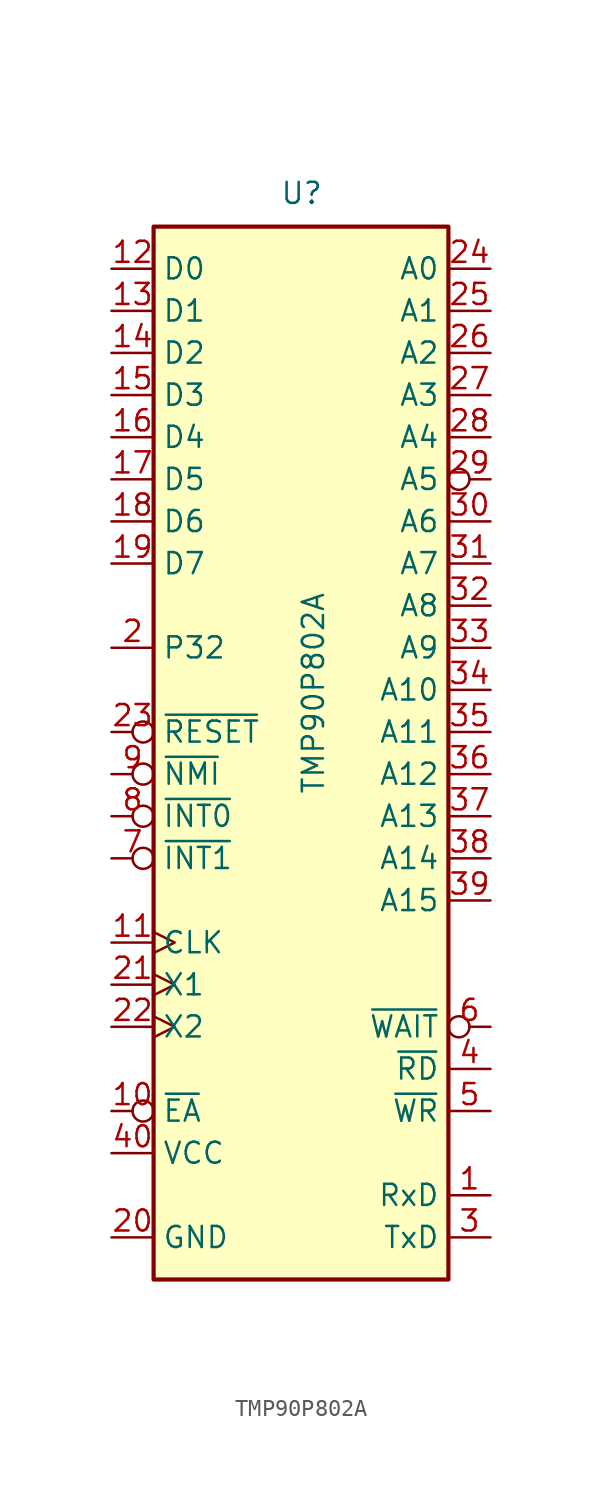
<source format=kicad_sym>
(kicad_symbol_lib
  (version 20211014)
  (generator kicad_symbol_editor)
  (symbol "TMP90P802A"
    (property "Reference" "U"
      (at -1.27 31.75 0)
      (effects (font (size 1.27 1.27)) (justify left bottom)))
    (property "Value" "TMP90P802A"
      (at 0 -3.81 90)
      (effects (font (size 1.27 1.27)) (justify left top)))
    (symbol "TMP90P802A_0_1"
      (rectangle (start -8.89 -33.02) (end 8.89 30.48) (stroke (width 0.254) (type default) (color 0 0 0 0)) (fill (type background))))
    (symbol "TMP90P802A_1_1"
      (pin input line (at 11.43 -27.94 180) (length 2.54) (name "RxD" (effects (font (size 1.27 1.27)))) (number "1" (effects (font (size 1.27 1.27)))))
      (pin input inverted (at -11.43 -22.86 0) (length 2.54) (name "~{EA}" (effects (font (size 1.27 1.27)))) (number "10" (effects (font (size 1.27 1.27)))))
      (pin output clock (at -11.43 -12.7 0) (length 2.54) (name "CLK" (effects (font (size 1.27 1.27)))) (number "11" (effects (font (size 1.27 1.27)))))
      (pin bidirectional line (at -11.43 27.94 0) (length 2.54) (name "D0" (effects (font (size 1.27 1.27)))) (number "12" (effects (font (size 1.27 1.27)))))
      (pin bidirectional line (at -11.43 25.4 0) (length 2.54) (name "D1" (effects (font (size 1.27 1.27)))) (number "13" (effects (font (size 1.27 1.27)))))
      (pin bidirectional line (at -11.43 22.86 0) (length 2.54) (name "D2" (effects (font (size 1.27 1.27)))) (number "14" (effects (font (size 1.27 1.27)))))
      (pin bidirectional line (at -11.43 20.32 0) (length 2.54) (name "D3" (effects (font (size 1.27 1.27)))) (number "15" (effects (font (size 1.27 1.27)))))
      (pin bidirectional line (at -11.43 17.78 0) (length 2.54) (name "D4" (effects (font (size 1.27 1.27)))) (number "16" (effects (font (size 1.27 1.27)))))
      (pin bidirectional line (at -11.43 15.24 0) (length 2.54) (name "D5" (effects (font (size 1.27 1.27)))) (number "17" (effects (font (size 1.27 1.27)))))
      (pin bidirectional line (at -11.43 12.7 0) (length 2.54) (name "D6" (effects (font (size 1.27 1.27)))) (number "18" (effects (font (size 1.27 1.27)))))
      (pin bidirectional line (at -11.43 10.16 0) (length 2.54) (name "D7" (effects (font (size 1.27 1.27)))) (number "19" (effects (font (size 1.27 1.27)))))
      (pin bidirectional line (at -11.43 5.08 0) (length 2.54) (name "P32" (effects (font (size 1.27 1.27)))) (number "2" (effects (font (size 1.27 1.27)))))
      (pin power_in line (at -11.43 -30.48 0) (length 2.54) (name "GND" (effects (font (size 1.27 1.27)))) (number "20" (effects (font (size 1.27 1.27)))))
      (pin input clock (at -11.43 -15.24 0) (length 2.54) (name "X1" (effects (font (size 1.27 1.27)))) (number "21" (effects (font (size 1.27 1.27)))))
      (pin passive clock (at -11.43 -17.78 0) (length 2.54) (name "X2" (effects (font (size 1.27 1.27)))) (number "22" (effects (font (size 1.27 1.27)))))
      (pin input inverted (at -11.43 0 0) (length 2.54) (name "~{RESET}" (effects (font (size 1.27 1.27)))) (number "23" (effects (font (size 1.27 1.27)))))
      (pin output line (at 11.43 27.94 180) (length 2.54) (name "A0" (effects (font (size 1.27 1.27)))) (number "24" (effects (font (size 1.27 1.27)))))
      (pin output line (at 11.43 25.4 180) (length 2.54) (name "A1" (effects (font (size 1.27 1.27)))) (number "25" (effects (font (size 1.27 1.27)))))
      (pin output line (at 11.43 22.86 180) (length 2.54) (name "A2" (effects (font (size 1.27 1.27)))) (number "26" (effects (font (size 1.27 1.27)))))
      (pin output line (at 11.43 20.32 180) (length 2.54) (name "A3" (effects (font (size 1.27 1.27)))) (number "27" (effects (font (size 1.27 1.27)))))
      (pin output line (at 11.43 17.78 180) (length 2.54) (name "A4" (effects (font (size 1.27 1.27)))) (number "28" (effects (font (size 1.27 1.27)))))
      (pin output inverted (at 11.43 15.24 180) (length 2.54) (name "A5" (effects (font (size 1.27 1.27)))) (number "29" (effects (font (size 1.27 1.27)))))
      (pin output line (at 11.43 -30.48 180) (length 2.54) (name "TxD" (effects (font (size 1.27 1.27)))) (number "3" (effects (font (size 1.27 1.27)))))
      (pin output line (at 11.43 12.7 180) (length 2.54) (name "A6" (effects (font (size 1.27 1.27)))) (number "30" (effects (font (size 1.27 1.27)))))
      (pin output line (at 11.43 10.16 180) (length 2.54) (name "A7" (effects (font (size 1.27 1.27)))) (number "31" (effects (font (size 1.27 1.27)))))
      (pin output line (at 11.43 7.62 180) (length 2.54) (name "A8" (effects (font (size 1.27 1.27)))) (number "32" (effects (font (size 1.27 1.27)))))
      (pin output line (at 11.43 5.08 180) (length 2.54) (name "A9" (effects (font (size 1.27 1.27)))) (number "33" (effects (font (size 1.27 1.27)))))
      (pin output line (at 11.43 2.54 180) (length 2.54) (name "A10" (effects (font (size 1.27 1.27)))) (number "34" (effects (font (size 1.27 1.27)))))
      (pin output line (at 11.43 0 180) (length 2.54) (name "A11" (effects (font (size 1.27 1.27)))) (number "35" (effects (font (size 1.27 1.27)))))
      (pin output line (at 11.43 -2.54 180) (length 2.54) (name "A12" (effects (font (size 1.27 1.27)))) (number "36" (effects (font (size 1.27 1.27)))))
      (pin output line (at 11.43 -5.08 180) (length 2.54) (name "A13" (effects (font (size 1.27 1.27)))) (number "37" (effects (font (size 1.27 1.27)))))
      (pin output line (at 11.43 -7.62 180) (length 2.54) (name "A14" (effects (font (size 1.27 1.27)))) (number "38" (effects (font (size 1.27 1.27)))))
      (pin output line (at 11.43 -10.16 180) (length 2.54) (name "A15" (effects (font (size 1.27 1.27)))) (number "39" (effects (font (size 1.27 1.27)))))
      (pin output line (at 11.43 -20.32 180) (length 2.54) (name "~{RD}" (effects (font (size 1.27 1.27)))) (number "4" (effects (font (size 1.27 1.27)))))
      (pin power_in line (at -11.43 -25.4 0) (length 2.54) (name "VCC" (effects (font (size 1.27 1.27)))) (number "40" (effects (font (size 1.27 1.27)))))
      (pin output line (at 11.43 -22.86 180) (length 2.54) (name "~{WR}" (effects (font (size 1.27 1.27)))) (number "5" (effects (font (size 1.27 1.27)))))
      (pin input inverted (at 11.43 -17.78 180) (length 2.54) (name "~{WAIT}" (effects (font (size 1.27 1.27)))) (number "6" (effects (font (size 1.27 1.27)))))
      (pin input inverted (at -11.43 -7.62 0) (length 2.54) (name "~{INT1}" (effects (font (size 1.27 1.27)))) (number "7" (effects (font (size 1.27 1.27)))))
      (pin input inverted (at -11.43 -5.08 0) (length 2.54) (name "~{INT0}" (effects (font (size 1.27 1.27)))) (number "8" (effects (font (size 1.27 1.27)))))
      (pin input inverted (at -11.43 -2.54 0) (length 2.54) (name "~{NMI}" (effects (font (size 1.27 1.27)))) (number "9" (effects (font (size 1.27 1.27))))))))
</source>
